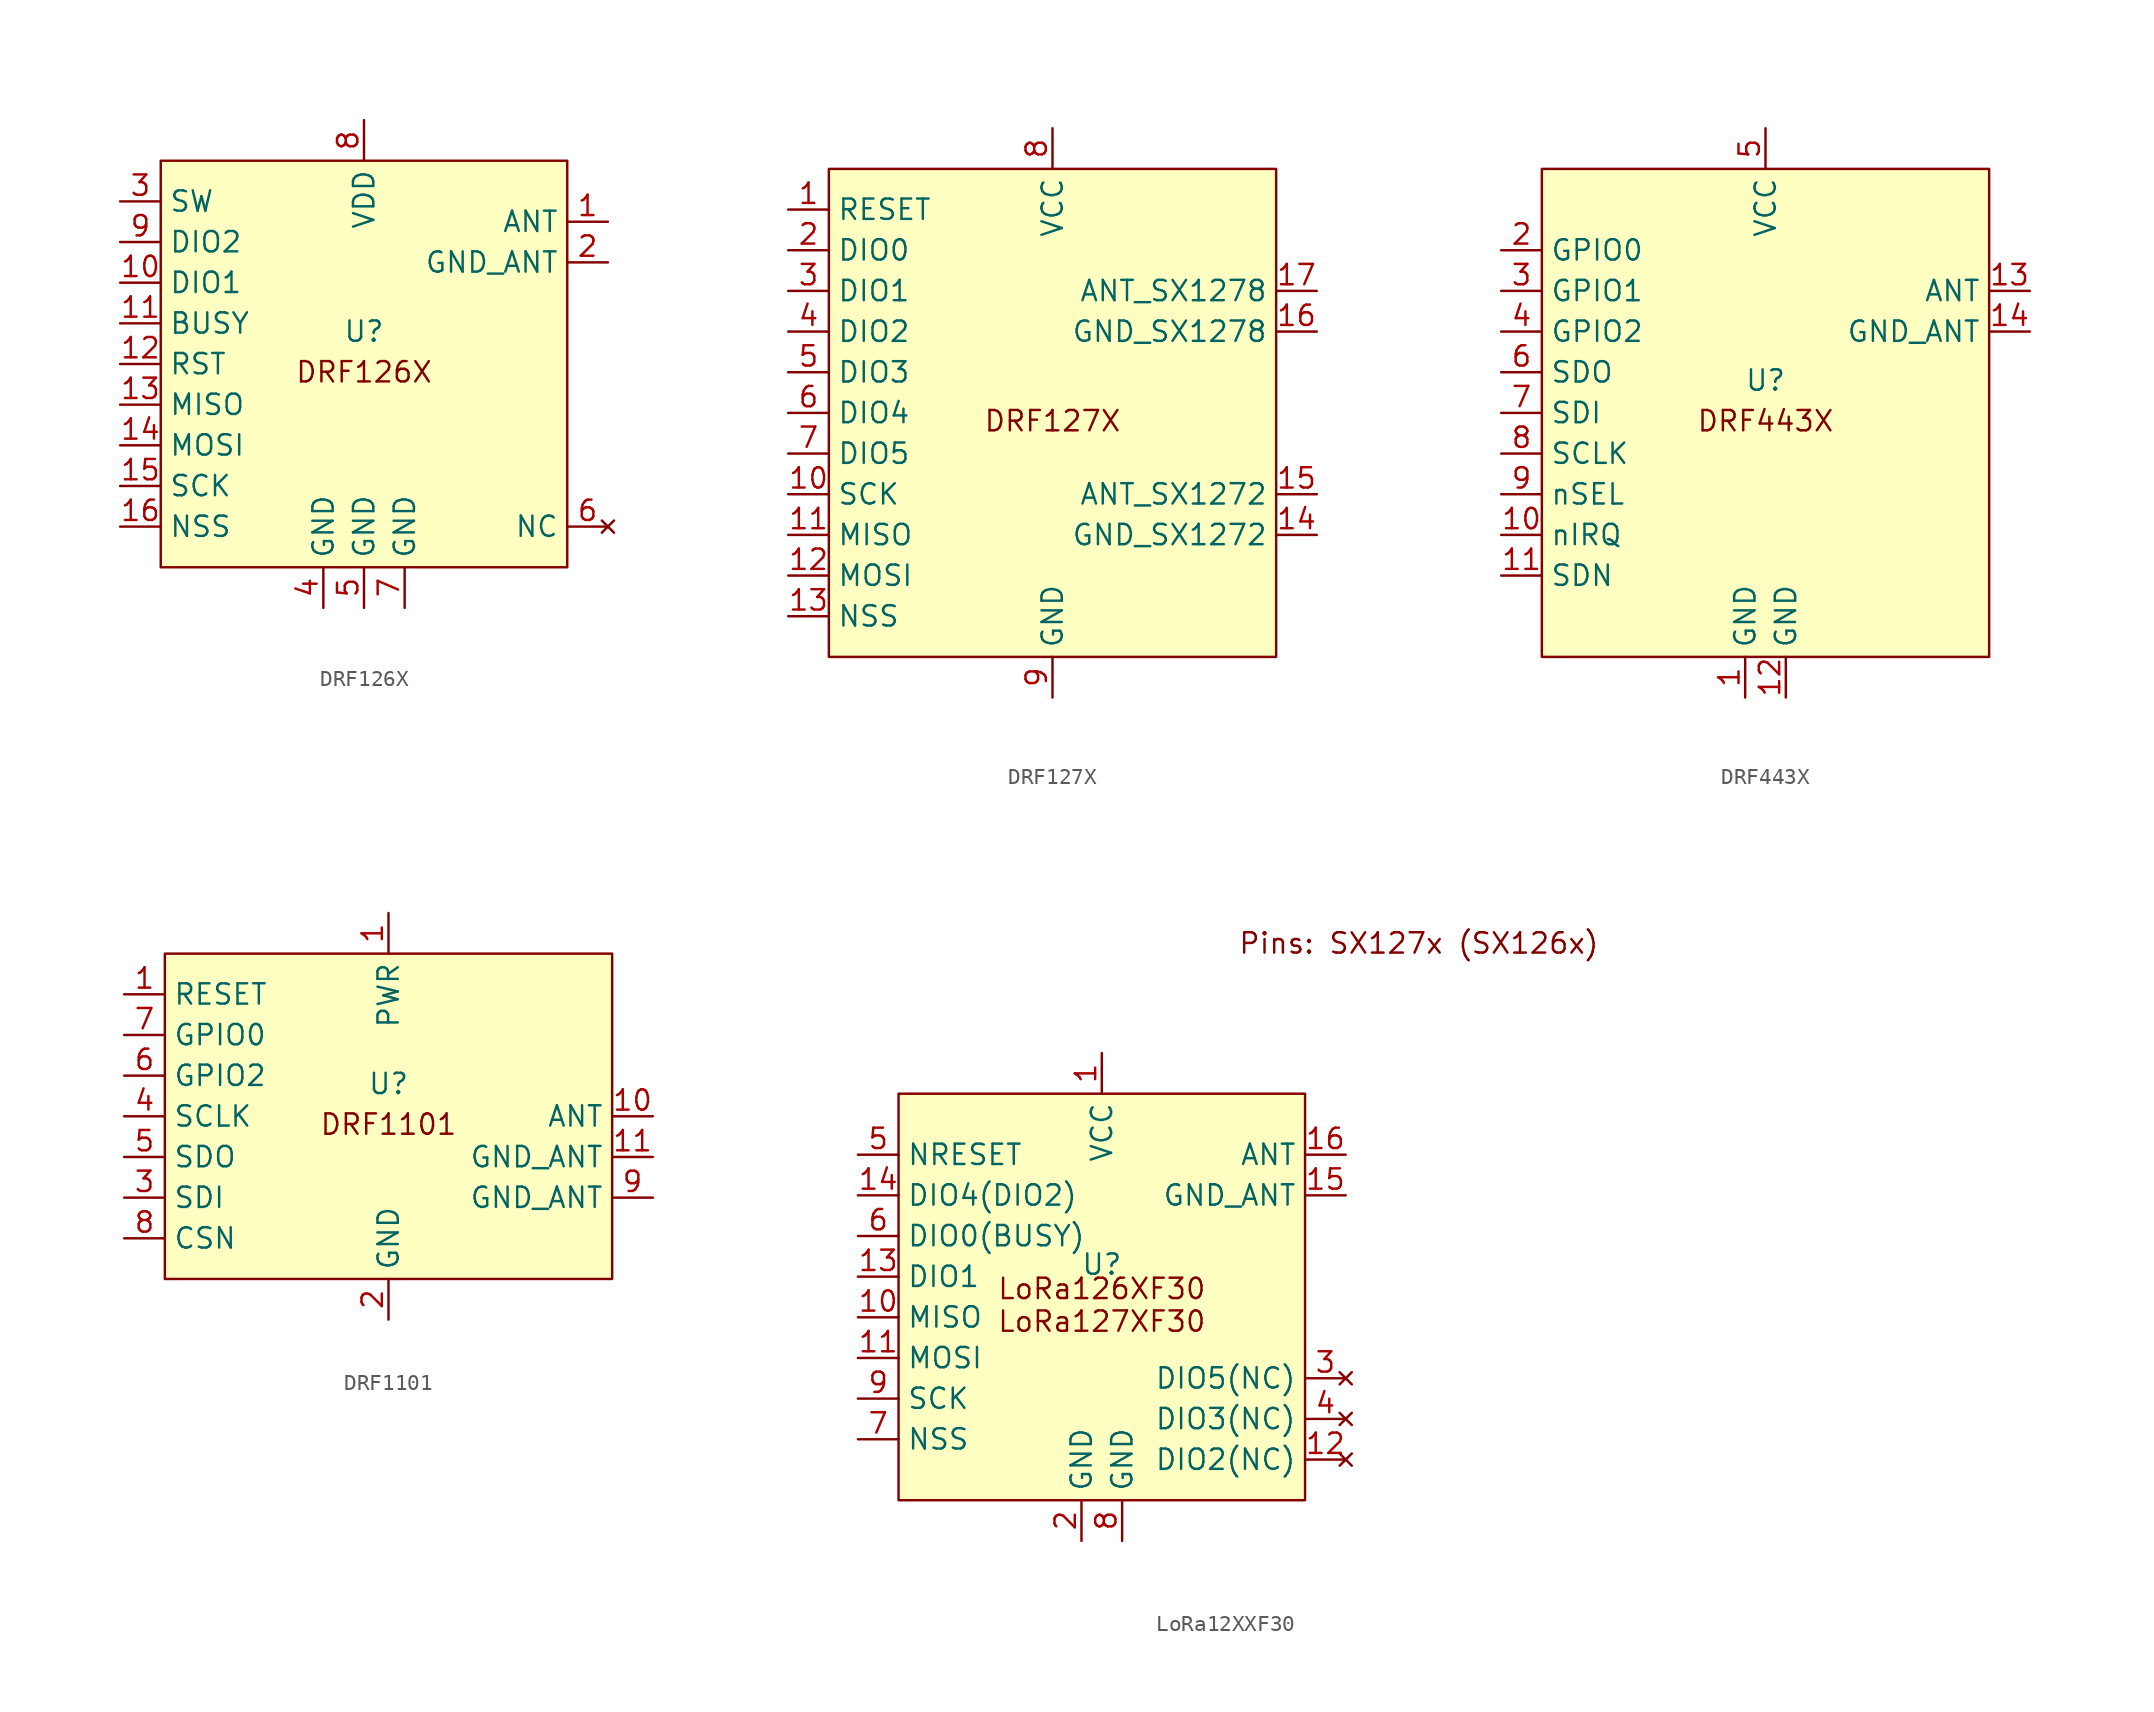
<source format=kicad_sym>
(kicad_symbol_lib
  (version 20241209)
  (generator "kicad_symbol_editor")
  (generator_version "9.0")
  (symbol "DRF126X"
    (property "Reference" "U"
      (at 0 2.032 0)
      (effects (font (size 1.27 1.27))))
    (property "Value" ""
      (at 0 0 0)
      (effects (font (size 1.27 1.27))))
    (symbol "DRF126X_1_1"
      (rectangle (start -12.7 12.7) (end 12.7 -12.7) (stroke (width 0) (type solid)) (fill (type background)))
      (text "DRF126X" (at 0 -0.508 0) (effects (font (size 1.27 1.27))))
      (pin input line (at -15.24 10.16 0) (length 2.54) (name "SW" (effects (font (size 1.27 1.27)))) (number "3" (effects (font (size 1.27 1.27)))))
      (pin bidirectional line (at -15.24 7.62 0) (length 2.54) (name "DIO2" (effects (font (size 1.27 1.27)))) (number "9" (effects (font (size 1.27 1.27)))))
      (pin bidirectional line (at -15.24 5.08 0) (length 2.54) (name "DIO1" (effects (font (size 1.27 1.27)))) (number "10" (effects (font (size 1.27 1.27)))))
      (pin output line (at -15.24 2.54 0) (length 2.54) (name "BUSY" (effects (font (size 1.27 1.27)))) (number "11" (effects (font (size 1.27 1.27)))))
      (pin input line (at -15.24 0 0) (length 2.54) (name "RST" (effects (font (size 1.27 1.27)))) (number "12" (effects (font (size 1.27 1.27)))))
      (pin tri_state line (at -15.24 -2.54 0) (length 2.54) (name "MISO" (effects (font (size 1.27 1.27)))) (number "13" (effects (font (size 1.27 1.27)))))
      (pin input line (at -15.24 -5.08 0) (length 2.54) (name "MOSI" (effects (font (size 1.27 1.27)))) (number "14" (effects (font (size 1.27 1.27)))))
      (pin input line (at -15.24 -7.62 0) (length 2.54) (name "SCK" (effects (font (size 1.27 1.27)))) (number "15" (effects (font (size 1.27 1.27)))))
      (pin input line (at -15.24 -10.16 0) (length 2.54) (name "NSS" (effects (font (size 1.27 1.27)))) (number "16" (effects (font (size 1.27 1.27)))))
      (pin power_in line (at -2.54 -15.24 90) (length 2.54) (name "GND" (effects (font (size 1.27 1.27)))) (number "4" (effects (font (size 1.27 1.27)))))
      (pin power_in line (at 0 15.24 270) (length 2.54) (name "VDD" (effects (font (size 1.27 1.27)))) (number "8" (effects (font (size 1.27 1.27)))))
      (pin power_in line (at 0 -15.24 90) (length 2.54) (name "GND" (effects (font (size 1.27 1.27)))) (number "5" (effects (font (size 1.27 1.27)))))
      (pin power_in line (at 2.54 -15.24 90) (length 2.54) (name "GND" (effects (font (size 1.27 1.27)))) (number "7" (effects (font (size 1.27 1.27)))))
      (pin bidirectional line (at 15.24 8.89 180) (length 2.54) (name "ANT" (effects (font (size 1.27 1.27)))) (number "1" (effects (font (size 1.27 1.27)))))
      (pin bidirectional line (at 15.24 6.35 180) (length 2.54) (name "GND_ANT" (effects (font (size 1.27 1.27)))) (number "2" (effects (font (size 1.27 1.27)))))
      (pin no_connect line (at 15.24 -10.16 180) (length 2.54) (name "NC" (effects (font (size 1.27 1.27)))) (number "6" (effects (font (size 1.27 1.27)))))))
  (symbol "DRF127X"
    (property "Reference" "U"
      (at 0 2.032 0)
      (effects (font (size 1.27 1.27)) (hide yes)))
    (property "Value" ""
      (at 0 0 0)
      (effects (font (size 1.27 1.27))))
    (symbol "DRF127X_1_1"
      (rectangle (start -13.97 15.24) (end 13.97 -15.24) (stroke (width 0) (type solid)) (fill (type background)))
      (text "DRF127X" (at 0 -0.508 0) (effects (font (size 1.27 1.27))))
      (pin input line (at -16.51 12.7 0) (length 2.54) (name "RESET" (effects (font (size 1.27 1.27)))) (number "1" (effects (font (size 1.27 1.27)))))
      (pin bidirectional line (at -16.51 10.16 0) (length 2.54) (name "DIO0" (effects (font (size 1.27 1.27)))) (number "2" (effects (font (size 1.27 1.27)))))
      (pin bidirectional line (at -16.51 7.62 0) (length 2.54) (name "DIO1" (effects (font (size 1.27 1.27)))) (number "3" (effects (font (size 1.27 1.27)))))
      (pin bidirectional line (at -16.51 5.08 0) (length 2.54) (name "DIO2" (effects (font (size 1.27 1.27)))) (number "4" (effects (font (size 1.27 1.27)))))
      (pin bidirectional line (at -16.51 2.54 0) (length 2.54) (name "DIO3" (effects (font (size 1.27 1.27)))) (number "5" (effects (font (size 1.27 1.27)))))
      (pin bidirectional line (at -16.51 0 0) (length 2.54) (name "DIO4" (effects (font (size 1.27 1.27)))) (number "6" (effects (font (size 1.27 1.27)))))
      (pin bidirectional line (at -16.51 -2.54 0) (length 2.54) (name "DIO5" (effects (font (size 1.27 1.27)))) (number "7" (effects (font (size 1.27 1.27)))))
      (pin input line (at -16.51 -5.08 0) (length 2.54) (name "SCK" (effects (font (size 1.27 1.27)))) (number "10" (effects (font (size 1.27 1.27)))))
      (pin tri_state line (at -16.51 -7.62 0) (length 2.54) (name "MISO" (effects (font (size 1.27 1.27)))) (number "11" (effects (font (size 1.27 1.27)))))
      (pin input line (at -16.51 -10.16 0) (length 2.54) (name "MOSI" (effects (font (size 1.27 1.27)))) (number "12" (effects (font (size 1.27 1.27)))))
      (pin input line (at -16.51 -12.7 0) (length 2.54) (name "NSS" (effects (font (size 1.27 1.27)))) (number "13" (effects (font (size 1.27 1.27)))))
      (pin power_in line (at 0 17.78 270) (length 2.54) (name "VCC" (effects (font (size 1.27 1.27)))) (number "8" (effects (font (size 1.27 1.27)))))
      (pin power_in line (at 0 -17.78 90) (length 2.54) (name "GND" (effects (font (size 1.27 1.27)))) (number "9" (effects (font (size 1.27 1.27)))))
      (pin bidirectional line (at 16.51 7.62 180) (length 2.54) (name "ANT_SX1278" (effects (font (size 1.27 1.27)))) (number "17" (effects (font (size 1.27 1.27)))))
      (pin power_in line (at 16.51 5.08 180) (length 2.54) (name "GND_SX1278" (effects (font (size 1.27 1.27)))) (number "16" (effects (font (size 1.27 1.27)))))
      (pin bidirectional line (at 16.51 -5.08 180) (length 2.54) (name "ANT_SX1272" (effects (font (size 1.27 1.27)))) (number "15" (effects (font (size 1.27 1.27)))))
      (pin power_in line (at 16.51 -7.62 180) (length 2.54) (name "GND_SX1272" (effects (font (size 1.27 1.27)))) (number "14" (effects (font (size 1.27 1.27)))))))
  (symbol "DRF443X"
    (property "Reference" "U"
      (at 0 2.032 0)
      (effects (font (size 1.27 1.27))))
    (property "Value" ""
      (at 0 0 0)
      (effects (font (size 1.27 1.27))))
    (symbol "DRF443X_1_1"
      (rectangle (start -13.97 15.24) (end 13.97 -15.24) (stroke (width 0) (type solid)) (fill (type background)))
      (text "DRF443X" (at 0 -0.508 0) (effects (font (size 1.27 1.27))))
      (pin bidirectional line (at -16.51 10.16 0) (length 2.54) (name "GPIO0" (effects (font (size 1.27 1.27)))) (number "2" (effects (font (size 1.27 1.27)))))
      (pin bidirectional line (at -16.51 7.62 0) (length 2.54) (name "GPIO1" (effects (font (size 1.27 1.27)))) (number "3" (effects (font (size 1.27 1.27)))))
      (pin bidirectional line (at -16.51 5.08 0) (length 2.54) (name "GPIO2" (effects (font (size 1.27 1.27)))) (number "4" (effects (font (size 1.27 1.27)))))
      (pin tri_state line (at -16.51 2.54 0) (length 2.54) (name "SDO" (effects (font (size 1.27 1.27)))) (number "6" (effects (font (size 1.27 1.27)))))
      (pin input line (at -16.51 0 0) (length 2.54) (name "SDI" (effects (font (size 1.27 1.27)))) (number "7" (effects (font (size 1.27 1.27)))))
      (pin input line (at -16.51 -2.54 0) (length 2.54) (name "SCLK" (effects (font (size 1.27 1.27)))) (number "8" (effects (font (size 1.27 1.27)))))
      (pin input line (at -16.51 -5.08 0) (length 2.54) (name "nSEL" (effects (font (size 1.27 1.27)))) (number "9" (effects (font (size 1.27 1.27)))))
      (pin bidirectional line (at -16.51 -7.62 0) (length 2.54) (name "nIRQ" (effects (font (size 1.27 1.27)))) (number "10" (effects (font (size 1.27 1.27)))))
      (pin input line (at -16.51 -10.16 0) (length 2.54) (name "SDN" (effects (font (size 1.27 1.27)))) (number "11" (effects (font (size 1.27 1.27)))))
      (pin power_in line (at -1.27 -17.78 90) (length 2.54) (name "GND" (effects (font (size 1.27 1.27)))) (number "1" (effects (font (size 1.27 1.27)))))
      (pin power_in line (at 0 17.78 270) (length 2.54) (name "VCC" (effects (font (size 1.27 1.27)))) (number "5" (effects (font (size 1.27 1.27)))))
      (pin power_in line (at 1.27 -17.78 90) (length 2.54) (name "GND" (effects (font (size 1.27 1.27)))) (number "12" (effects (font (size 1.27 1.27)))))
      (pin bidirectional line (at 16.51 7.62 180) (length 2.54) (name "ANT" (effects (font (size 1.27 1.27)))) (number "13" (effects (font (size 1.27 1.27)))))
      (pin bidirectional line (at 16.51 5.08 180) (length 2.54) (name "GND_ANT" (effects (font (size 1.27 1.27)))) (number "14" (effects (font (size 1.27 1.27)))))))
  (symbol "DRF1101"
    (property "Reference" "U"
      (at 0 2.032 0)
      (effects (font (size 1.27 1.27))))
    (property "Value" ""
      (at 0 0 0)
      (effects (font (size 1.27 1.27))))
    (symbol "DRF1101_1_1"
      (rectangle (start -13.97 10.16) (end 13.97 -10.16) (stroke (width 0) (type solid)) (fill (type background)))
      (text "DRF1101" (at 0 -0.508 0) (effects (font (size 1.27 1.27))))
      (pin input line (at -16.51 7.62 0) (length 2.54) (name "RESET" (effects (font (size 1.27 1.27)))) (number "1" (effects (font (size 1.27 1.27)))))
      (pin bidirectional line (at -16.51 5.08 0) (length 2.54) (name "GPIO0" (effects (font (size 1.27 1.27)))) (number "7" (effects (font (size 1.27 1.27)))))
      (pin bidirectional line (at -16.51 2.54 0) (length 2.54) (name "GPIO2" (effects (font (size 1.27 1.27)))) (number "6" (effects (font (size 1.27 1.27)))))
      (pin input line (at -16.51 0 0) (length 2.54) (name "SCLK" (effects (font (size 1.27 1.27)))) (number "4" (effects (font (size 1.27 1.27)))))
      (pin tri_state line (at -16.51 -2.54 0) (length 2.54) (name "SDO" (effects (font (size 1.27 1.27)))) (number "5" (effects (font (size 1.27 1.27)))))
      (pin input line (at -16.51 -5.08 0) (length 2.54) (name "SDI" (effects (font (size 1.27 1.27)))) (number "3" (effects (font (size 1.27 1.27)))))
      (pin input line (at -16.51 -7.62 0) (length 2.54) (name "CSN" (effects (font (size 1.27 1.27)))) (number "8" (effects (font (size 1.27 1.27)))))
      (pin power_in line (at 0 12.7 270) (length 2.54) (name "PWR" (effects (font (size 1.27 1.27)))) (number "1" (effects (font (size 1.27 1.27)))))
      (pin power_in line (at 0 -12.7 90) (length 2.54) (name "GND" (effects (font (size 1.27 1.27)))) (number "2" (effects (font (size 1.27 1.27)))))
      (pin bidirectional line (at 16.51 0 180) (length 2.54) (name "ANT" (effects (font (size 1.27 1.27)))) (number "10" (effects (font (size 1.27 1.27)))))
      (pin power_in line (at 16.51 -2.54 180) (length 2.54) (name "GND_ANT" (effects (font (size 1.27 1.27)))) (number "11" (effects (font (size 1.27 1.27)))))
      (pin bidirectional line (at 16.51 -5.08 180) (length 2.54) (name "GND_ANT" (effects (font (size 1.27 1.27)))) (number "9" (effects (font (size 1.27 1.27)))))))
  (symbol "LoRa12XXF30"
    (property "Reference" "U"
      (at 0 2.032 0)
      (effects (font (size 1.27 1.27))))
    (property "Value" ""
      (at 0 0 0)
      (effects (font (size 1.27 1.27))))
    (symbol "LoRa12XXF30_1_1"
      (rectangle (start -12.7 12.7) (end 12.7 -12.7) (stroke (width 0) (type solid)) (fill (type background)))
      (text "LoRa126XF30\nLoRa127XF30" (at 0 -0.508 0) (effects (font (size 1.27 1.27))))
      (text "Pins: SX127x (SX126x)" (at 19.812 22.098 0) (effects (font (size 1.27 1.27))))
      (pin input line (at -15.24 8.89 0) (length 2.54) (name "NRESET" (effects (font (size 1.27 1.27)))) (number "5" (effects (font (size 1.27 1.27)))))
      (pin bidirectional line (at -15.24 6.35 0) (length 2.54) (name "DIO4(DIO2)" (effects (font (size 1.27 1.27)))) (number "14" (effects (font (size 1.27 1.27)))))
      (pin tri_state line (at -15.24 3.81 0) (length 2.54) (name "DIO0(BUSY)" (effects (font (size 1.27 1.27)))) (number "6" (effects (font (size 1.27 1.27)))))
      (pin bidirectional line (at -15.24 1.27 0) (length 2.54) (name "DIO1" (effects (font (size 1.27 1.27)))) (number "13" (effects (font (size 1.27 1.27)))))
      (pin tri_state line (at -15.24 -1.27 0) (length 2.54) (name "MISO" (effects (font (size 1.27 1.27)))) (number "10" (effects (font (size 1.27 1.27)))))
      (pin input line (at -15.24 -3.81 0) (length 2.54) (name "MOSI" (effects (font (size 1.27 1.27)))) (number "11" (effects (font (size 1.27 1.27)))))
      (pin input line (at -15.24 -6.35 0) (length 2.54) (name "SCK" (effects (font (size 1.27 1.27)))) (number "9" (effects (font (size 1.27 1.27)))))
      (pin input line (at -15.24 -8.89 0) (length 2.54) (name "NSS" (effects (font (size 1.27 1.27)))) (number "7" (effects (font (size 1.27 1.27)))))
      (pin power_in line (at -1.27 -15.24 90) (length 2.54) (name "GND" (effects (font (size 1.27 1.27)))) (number "2" (effects (font (size 1.27 1.27)))))
      (pin power_in line (at 0 15.24 270) (length 2.54) (name "VCC" (effects (font (size 1.27 1.27)))) (number "1" (effects (font (size 1.27 1.27)))))
      (pin power_in line (at 1.27 -15.24 90) (length 2.54) (name "GND" (effects (font (size 1.27 1.27)))) (number "8" (effects (font (size 1.27 1.27)))))
      (pin bidirectional line (at 15.24 8.89 180) (length 2.54) (name "ANT" (effects (font (size 1.27 1.27)))) (number "16" (effects (font (size 1.27 1.27)))))
      (pin bidirectional line (at 15.24 6.35 180) (length 2.54) (name "GND_ANT" (effects (font (size 1.27 1.27)))) (number "15" (effects (font (size 1.27 1.27)))))
      (pin no_connect line (at 15.24 -5.08 180) (length 2.54) (name "DIO5(NC)" (effects (font (size 1.27 1.27)))) (number "3" (effects (font (size 1.27 1.27)))))
      (pin no_connect line (at 15.24 -7.62 180) (length 2.54) (name "DIO3(NC)" (effects (font (size 1.27 1.27)))) (number "4" (effects (font (size 1.27 1.27)))))
      (pin no_connect line (at 15.24 -10.16 180) (length 2.54) (name "DIO2(NC)" (effects (font (size 1.27 1.27)))) (number "12" (effects (font (size 1.27 1.27))))))))
</source>
